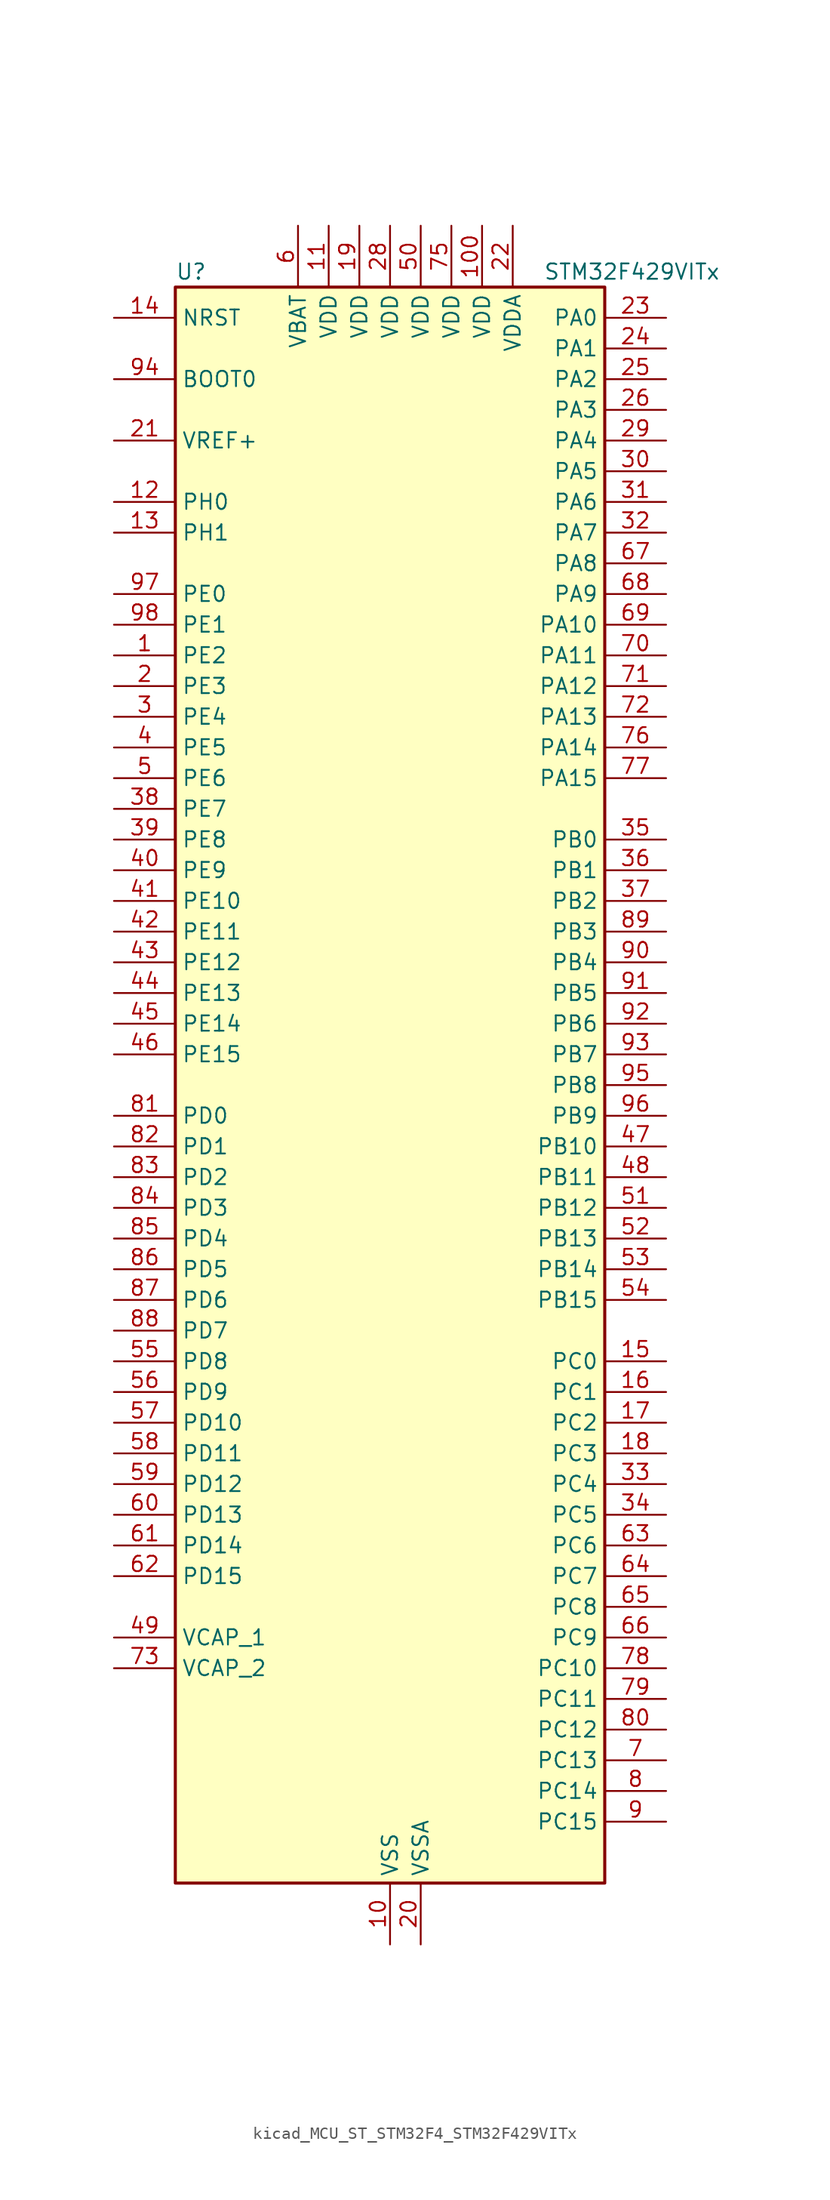
<source format=kicad_sym>
(kicad_symbol_lib
  (version 20220914)
  (generator kicad_symbol_editor)
  (symbol "kicad_MCU_ST_STM32F4_STM32F429VITx"
    (property "Reference" "U"
      (at -17.78 67.31 0)
      (effects (font (size 1.27 1.27)) (justify left)))
    (property "Value" "STM32F429VITx"
      (at 12.7 67.31 0)
      (effects (font (size 1.27 1.27)) (justify left)))
    (property "ki_locked" ""
      (at 0 0 0)
      (effects (font (size 1.27 1.27))))
    (symbol "kicad_MCU_ST_STM32F4_STM32F429VITx_0_1"
      (rectangle (start -17.78 -66.04) (end 17.78 66.04) (stroke (width 0.254) (type default)) (fill (type background))))
    (symbol "kicad_MCU_ST_STM32F4_STM32F429VITx_1_1"
      (pin bidirectional line (at -22.86 35.56 0) (length 5.08) (name "PE2" (effects (font (size 1.27 1.27)))) (number "1" (effects (font (size 1.27 1.27)))) (alternate "ETH_TXD3" bidirectional line) (alternate "FMC_A23" bidirectional line) (alternate "SAI1_MCLK_A" bidirectional line) (alternate "SPI4_SCK" bidirectional line) (alternate "SYS_TRACECLK" bidirectional line))
      (pin power_in line (at 0 -71.12 90) (length 5.08) (name "VSS" (effects (font (size 1.27 1.27)))) (number "10" (effects (font (size 1.27 1.27)))))
      (pin power_in line (at 7.62 71.12 270) (length 5.08) (name "VDD" (effects (font (size 1.27 1.27)))) (number "100" (effects (font (size 1.27 1.27)))))
      (pin power_in line (at -5.08 71.12 270) (length 5.08) (name "VDD" (effects (font (size 1.27 1.27)))) (number "11" (effects (font (size 1.27 1.27)))))
      (pin bidirectional line (at -22.86 48.26 0) (length 5.08) (name "PH0" (effects (font (size 1.27 1.27)))) (number "12" (effects (font (size 1.27 1.27)))) (alternate "RCC_OSC_IN" bidirectional line))
      (pin bidirectional line (at -22.86 45.72 0) (length 5.08) (name "PH1" (effects (font (size 1.27 1.27)))) (number "13" (effects (font (size 1.27 1.27)))) (alternate "RCC_OSC_OUT" bidirectional line))
      (pin input line (at -22.86 63.5 0) (length 5.08) (name "NRST" (effects (font (size 1.27 1.27)))) (number "14" (effects (font (size 1.27 1.27)))))
      (pin bidirectional line (at 22.86 -22.86 180) (length 5.08) (name "PC0" (effects (font (size 1.27 1.27)))) (number "15" (effects (font (size 1.27 1.27)))) (alternate "ADC1_IN10" bidirectional line) (alternate "ADC2_IN10" bidirectional line) (alternate "ADC3_IN10" bidirectional line) (alternate "USB_OTG_HS_ULPI_STP" bidirectional line))
      (pin bidirectional line (at 22.86 -25.4 180) (length 5.08) (name "PC1" (effects (font (size 1.27 1.27)))) (number "16" (effects (font (size 1.27 1.27)))) (alternate "ADC1_IN11" bidirectional line) (alternate "ADC2_IN11" bidirectional line) (alternate "ADC3_IN11" bidirectional line) (alternate "ETH_MDC" bidirectional line))
      (pin bidirectional line (at 22.86 -27.94 180) (length 5.08) (name "PC2" (effects (font (size 1.27 1.27)))) (number "17" (effects (font (size 1.27 1.27)))) (alternate "ADC1_IN12" bidirectional line) (alternate "ADC2_IN12" bidirectional line) (alternate "ADC3_IN12" bidirectional line) (alternate "ETH_TXD2" bidirectional line) (alternate "I2S2_ext_SD" bidirectional line) (alternate "SPI2_MISO" bidirectional line) (alternate "USB_OTG_HS_ULPI_DIR" bidirectional line))
      (pin bidirectional line (at 22.86 -30.48 180) (length 5.08) (name "PC3" (effects (font (size 1.27 1.27)))) (number "18" (effects (font (size 1.27 1.27)))) (alternate "ADC1_IN13" bidirectional line) (alternate "ADC2_IN13" bidirectional line) (alternate "ADC3_IN13" bidirectional line) (alternate "ETH_TX_CLK" bidirectional line) (alternate "I2S2_SD" bidirectional line) (alternate "SPI2_MOSI" bidirectional line) (alternate "USB_OTG_HS_ULPI_NXT" bidirectional line))
      (pin power_in line (at -2.54 71.12 270) (length 5.08) (name "VDD" (effects (font (size 1.27 1.27)))) (number "19" (effects (font (size 1.27 1.27)))))
      (pin bidirectional line (at -22.86 33.02 0) (length 5.08) (name "PE3" (effects (font (size 1.27 1.27)))) (number "2" (effects (font (size 1.27 1.27)))) (alternate "FMC_A19" bidirectional line) (alternate "SAI1_SD_B" bidirectional line) (alternate "SYS_TRACED0" bidirectional line))
      (pin power_in line (at 2.54 -71.12 90) (length 5.08) (name "VSSA" (effects (font (size 1.27 1.27)))) (number "20" (effects (font (size 1.27 1.27)))))
      (pin input line (at -22.86 53.34 0) (length 5.08) (name "VREF+" (effects (font (size 1.27 1.27)))) (number "21" (effects (font (size 1.27 1.27)))))
      (pin power_in line (at 10.16 71.12 270) (length 5.08) (name "VDDA" (effects (font (size 1.27 1.27)))) (number "22" (effects (font (size 1.27 1.27)))))
      (pin bidirectional line (at 22.86 63.5 180) (length 5.08) (name "PA0" (effects (font (size 1.27 1.27)))) (number "23" (effects (font (size 1.27 1.27)))) (alternate "ADC1_IN0" bidirectional line) (alternate "ADC2_IN0" bidirectional line) (alternate "ADC3_IN0" bidirectional line) (alternate "ETH_CRS" bidirectional line) (alternate "SYS_WKUP" bidirectional line) (alternate "TIM2_CH1" bidirectional line) (alternate "TIM2_ETR" bidirectional line) (alternate "TIM5_CH1" bidirectional line) (alternate "TIM8_ETR" bidirectional line) (alternate "UART4_TX" bidirectional line) (alternate "USART2_CTS" bidirectional line))
      (pin bidirectional line (at 22.86 60.96 180) (length 5.08) (name "PA1" (effects (font (size 1.27 1.27)))) (number "24" (effects (font (size 1.27 1.27)))) (alternate "ADC1_IN1" bidirectional line) (alternate "ADC2_IN1" bidirectional line) (alternate "ADC3_IN1" bidirectional line) (alternate "ETH_REF_CLK" bidirectional line) (alternate "ETH_RX_CLK" bidirectional line) (alternate "TIM2_CH2" bidirectional line) (alternate "TIM5_CH2" bidirectional line) (alternate "UART4_RX" bidirectional line) (alternate "USART2_RTS" bidirectional line))
      (pin bidirectional line (at 22.86 58.42 180) (length 5.08) (name "PA2" (effects (font (size 1.27 1.27)))) (number "25" (effects (font (size 1.27 1.27)))) (alternate "ADC1_IN2" bidirectional line) (alternate "ADC2_IN2" bidirectional line) (alternate "ADC3_IN2" bidirectional line) (alternate "ETH_MDIO" bidirectional line) (alternate "TIM2_CH3" bidirectional line) (alternate "TIM5_CH3" bidirectional line) (alternate "TIM9_CH1" bidirectional line) (alternate "USART2_TX" bidirectional line))
      (pin bidirectional line (at 22.86 55.88 180) (length 5.08) (name "PA3" (effects (font (size 1.27 1.27)))) (number "26" (effects (font (size 1.27 1.27)))) (alternate "ADC1_IN3" bidirectional line) (alternate "ADC2_IN3" bidirectional line) (alternate "ADC3_IN3" bidirectional line) (alternate "ETH_COL" bidirectional line) (alternate "LTDC_B5" bidirectional line) (alternate "TIM2_CH4" bidirectional line) (alternate "TIM5_CH4" bidirectional line) (alternate "TIM9_CH2" bidirectional line) (alternate "USART2_RX" bidirectional line) (alternate "USB_OTG_HS_ULPI_D0" bidirectional line))
      (pin passive line (at 0 -71.12 90) (length 5.08) hide (name "VSS" (effects (font (size 1.27 1.27)))) (number "27" (effects (font (size 1.27 1.27)))))
      (pin power_in line (at 0 71.12 270) (length 5.08) (name "VDD" (effects (font (size 1.27 1.27)))) (number "28" (effects (font (size 1.27 1.27)))))
      (pin bidirectional line (at 22.86 53.34 180) (length 5.08) (name "PA4" (effects (font (size 1.27 1.27)))) (number "29" (effects (font (size 1.27 1.27)))) (alternate "ADC1_IN4" bidirectional line) (alternate "ADC2_IN4" bidirectional line) (alternate "DAC_OUT1" bidirectional line) (alternate "DCMI_HSYNC" bidirectional line) (alternate "I2S3_WS" bidirectional line) (alternate "LTDC_VSYNC" bidirectional line) (alternate "SPI1_NSS" bidirectional line) (alternate "SPI3_NSS" bidirectional line) (alternate "USART2_CK" bidirectional line) (alternate "USB_OTG_HS_SOF" bidirectional line))
      (pin bidirectional line (at -22.86 30.48 0) (length 5.08) (name "PE4" (effects (font (size 1.27 1.27)))) (number "3" (effects (font (size 1.27 1.27)))) (alternate "DCMI_D4" bidirectional line) (alternate "FMC_A20" bidirectional line) (alternate "LTDC_B0" bidirectional line) (alternate "SAI1_FS_A" bidirectional line) (alternate "SPI4_NSS" bidirectional line) (alternate "SYS_TRACED1" bidirectional line))
      (pin bidirectional line (at 22.86 50.8 180) (length 5.08) (name "PA5" (effects (font (size 1.27 1.27)))) (number "30" (effects (font (size 1.27 1.27)))) (alternate "ADC1_IN5" bidirectional line) (alternate "ADC2_IN5" bidirectional line) (alternate "DAC_OUT2" bidirectional line) (alternate "SPI1_SCK" bidirectional line) (alternate "TIM2_CH1" bidirectional line) (alternate "TIM2_ETR" bidirectional line) (alternate "TIM8_CH1N" bidirectional line) (alternate "USB_OTG_HS_ULPI_CK" bidirectional line))
      (pin bidirectional line (at 22.86 48.26 180) (length 5.08) (name "PA6" (effects (font (size 1.27 1.27)))) (number "31" (effects (font (size 1.27 1.27)))) (alternate "ADC1_IN6" bidirectional line) (alternate "ADC2_IN6" bidirectional line) (alternate "DCMI_PIXCLK" bidirectional line) (alternate "LTDC_G2" bidirectional line) (alternate "SPI1_MISO" bidirectional line) (alternate "TIM13_CH1" bidirectional line) (alternate "TIM1_BKIN" bidirectional line) (alternate "TIM3_CH1" bidirectional line) (alternate "TIM8_BKIN" bidirectional line))
      (pin bidirectional line (at 22.86 45.72 180) (length 5.08) (name "PA7" (effects (font (size 1.27 1.27)))) (number "32" (effects (font (size 1.27 1.27)))) (alternate "ADC1_IN7" bidirectional line) (alternate "ADC2_IN7" bidirectional line) (alternate "ETH_CRS_DV" bidirectional line) (alternate "ETH_RX_DV" bidirectional line) (alternate "SPI1_MOSI" bidirectional line) (alternate "TIM14_CH1" bidirectional line) (alternate "TIM1_CH1N" bidirectional line) (alternate "TIM3_CH2" bidirectional line) (alternate "TIM8_CH1N" bidirectional line))
      (pin bidirectional line (at 22.86 -33.02 180) (length 5.08) (name "PC4" (effects (font (size 1.27 1.27)))) (number "33" (effects (font (size 1.27 1.27)))) (alternate "ADC1_IN14" bidirectional line) (alternate "ADC2_IN14" bidirectional line) (alternate "ETH_RXD0" bidirectional line))
      (pin bidirectional line (at 22.86 -35.56 180) (length 5.08) (name "PC5" (effects (font (size 1.27 1.27)))) (number "34" (effects (font (size 1.27 1.27)))) (alternate "ADC1_IN15" bidirectional line) (alternate "ADC2_IN15" bidirectional line) (alternate "ETH_RXD1" bidirectional line))
      (pin bidirectional line (at 22.86 20.32 180) (length 5.08) (name "PB0" (effects (font (size 1.27 1.27)))) (number "35" (effects (font (size 1.27 1.27)))) (alternate "ADC1_IN8" bidirectional line) (alternate "ADC2_IN8" bidirectional line) (alternate "ETH_RXD2" bidirectional line) (alternate "LTDC_R3" bidirectional line) (alternate "TIM1_CH2N" bidirectional line) (alternate "TIM3_CH3" bidirectional line) (alternate "TIM8_CH2N" bidirectional line) (alternate "USB_OTG_HS_ULPI_D1" bidirectional line))
      (pin bidirectional line (at 22.86 17.78 180) (length 5.08) (name "PB1" (effects (font (size 1.27 1.27)))) (number "36" (effects (font (size 1.27 1.27)))) (alternate "ADC1_IN9" bidirectional line) (alternate "ADC2_IN9" bidirectional line) (alternate "ETH_RXD3" bidirectional line) (alternate "LTDC_R6" bidirectional line) (alternate "TIM1_CH3N" bidirectional line) (alternate "TIM3_CH4" bidirectional line) (alternate "TIM8_CH3N" bidirectional line) (alternate "USB_OTG_HS_ULPI_D2" bidirectional line))
      (pin bidirectional line (at 22.86 15.24 180) (length 5.08) (name "PB2" (effects (font (size 1.27 1.27)))) (number "37" (effects (font (size 1.27 1.27)))))
      (pin bidirectional line (at -22.86 22.86 0) (length 5.08) (name "PE7" (effects (font (size 1.27 1.27)))) (number "38" (effects (font (size 1.27 1.27)))) (alternate "FMC_D4" bidirectional line) (alternate "FMC_DA4" bidirectional line) (alternate "TIM1_ETR" bidirectional line) (alternate "UART7_RX" bidirectional line))
      (pin bidirectional line (at -22.86 20.32 0) (length 5.08) (name "PE8" (effects (font (size 1.27 1.27)))) (number "39" (effects (font (size 1.27 1.27)))) (alternate "FMC_D5" bidirectional line) (alternate "FMC_DA5" bidirectional line) (alternate "TIM1_CH1N" bidirectional line) (alternate "UART7_TX" bidirectional line))
      (pin bidirectional line (at -22.86 27.94 0) (length 5.08) (name "PE5" (effects (font (size 1.27 1.27)))) (number "4" (effects (font (size 1.27 1.27)))) (alternate "DCMI_D6" bidirectional line) (alternate "FMC_A21" bidirectional line) (alternate "LTDC_G0" bidirectional line) (alternate "SAI1_SCK_A" bidirectional line) (alternate "SPI4_MISO" bidirectional line) (alternate "SYS_TRACED2" bidirectional line) (alternate "TIM9_CH1" bidirectional line))
      (pin bidirectional line (at -22.86 17.78 0) (length 5.08) (name "PE9" (effects (font (size 1.27 1.27)))) (number "40" (effects (font (size 1.27 1.27)))) (alternate "DAC_EXTI9" bidirectional line) (alternate "FMC_D6" bidirectional line) (alternate "FMC_DA6" bidirectional line) (alternate "TIM1_CH1" bidirectional line))
      (pin bidirectional line (at -22.86 15.24 0) (length 5.08) (name "PE10" (effects (font (size 1.27 1.27)))) (number "41" (effects (font (size 1.27 1.27)))) (alternate "FMC_D7" bidirectional line) (alternate "FMC_DA7" bidirectional line) (alternate "TIM1_CH2N" bidirectional line))
      (pin bidirectional line (at -22.86 12.7 0) (length 5.08) (name "PE11" (effects (font (size 1.27 1.27)))) (number "42" (effects (font (size 1.27 1.27)))) (alternate "ADC1_EXTI11" bidirectional line) (alternate "ADC2_EXTI11" bidirectional line) (alternate "ADC3_EXTI11" bidirectional line) (alternate "FMC_D8" bidirectional line) (alternate "FMC_DA8" bidirectional line) (alternate "LTDC_G3" bidirectional line) (alternate "SPI4_NSS" bidirectional line) (alternate "TIM1_CH2" bidirectional line))
      (pin bidirectional line (at -22.86 10.16 0) (length 5.08) (name "PE12" (effects (font (size 1.27 1.27)))) (number "43" (effects (font (size 1.27 1.27)))) (alternate "FMC_D9" bidirectional line) (alternate "FMC_DA9" bidirectional line) (alternate "LTDC_B4" bidirectional line) (alternate "SPI4_SCK" bidirectional line) (alternate "TIM1_CH3N" bidirectional line))
      (pin bidirectional line (at -22.86 7.62 0) (length 5.08) (name "PE13" (effects (font (size 1.27 1.27)))) (number "44" (effects (font (size 1.27 1.27)))) (alternate "FMC_D10" bidirectional line) (alternate "FMC_DA10" bidirectional line) (alternate "LTDC_DE" bidirectional line) (alternate "SPI4_MISO" bidirectional line) (alternate "TIM1_CH3" bidirectional line))
      (pin bidirectional line (at -22.86 5.08 0) (length 5.08) (name "PE14" (effects (font (size 1.27 1.27)))) (number "45" (effects (font (size 1.27 1.27)))) (alternate "FMC_D11" bidirectional line) (alternate "FMC_DA11" bidirectional line) (alternate "LTDC_CLK" bidirectional line) (alternate "SPI4_MOSI" bidirectional line) (alternate "TIM1_CH4" bidirectional line))
      (pin bidirectional line (at -22.86 2.54 0) (length 5.08) (name "PE15" (effects (font (size 1.27 1.27)))) (number "46" (effects (font (size 1.27 1.27)))) (alternate "ADC1_EXTI15" bidirectional line) (alternate "ADC2_EXTI15" bidirectional line) (alternate "ADC3_EXTI15" bidirectional line) (alternate "FMC_D12" bidirectional line) (alternate "FMC_DA12" bidirectional line) (alternate "LTDC_R7" bidirectional line) (alternate "TIM1_BKIN" bidirectional line))
      (pin bidirectional line (at 22.86 -5.08 180) (length 5.08) (name "PB10" (effects (font (size 1.27 1.27)))) (number "47" (effects (font (size 1.27 1.27)))) (alternate "ETH_RX_ER" bidirectional line) (alternate "I2C2_SCL" bidirectional line) (alternate "I2S2_CK" bidirectional line) (alternate "LTDC_G4" bidirectional line) (alternate "SPI2_SCK" bidirectional line) (alternate "TIM2_CH3" bidirectional line) (alternate "USART3_TX" bidirectional line) (alternate "USB_OTG_HS_ULPI_D3" bidirectional line))
      (pin bidirectional line (at 22.86 -7.62 180) (length 5.08) (name "PB11" (effects (font (size 1.27 1.27)))) (number "48" (effects (font (size 1.27 1.27)))) (alternate "ADC1_EXTI11" bidirectional line) (alternate "ADC2_EXTI11" bidirectional line) (alternate "ADC3_EXTI11" bidirectional line) (alternate "ETH_TX_EN" bidirectional line) (alternate "I2C2_SDA" bidirectional line) (alternate "LTDC_G5" bidirectional line) (alternate "TIM2_CH4" bidirectional line) (alternate "USART3_RX" bidirectional line) (alternate "USB_OTG_HS_ULPI_D4" bidirectional line))
      (pin power_out line (at -22.86 -45.72 0) (length 5.08) (name "VCAP_1" (effects (font (size 1.27 1.27)))) (number "49" (effects (font (size 1.27 1.27)))))
      (pin bidirectional line (at -22.86 25.4 0) (length 5.08) (name "PE6" (effects (font (size 1.27 1.27)))) (number "5" (effects (font (size 1.27 1.27)))) (alternate "DCMI_D7" bidirectional line) (alternate "FMC_A22" bidirectional line) (alternate "LTDC_G1" bidirectional line) (alternate "SAI1_SD_A" bidirectional line) (alternate "SPI4_MOSI" bidirectional line) (alternate "SYS_TRACED3" bidirectional line) (alternate "TIM9_CH2" bidirectional line))
      (pin power_in line (at 2.54 71.12 270) (length 5.08) (name "VDD" (effects (font (size 1.27 1.27)))) (number "50" (effects (font (size 1.27 1.27)))))
      (pin bidirectional line (at 22.86 -10.16 180) (length 5.08) (name "PB12" (effects (font (size 1.27 1.27)))) (number "51" (effects (font (size 1.27 1.27)))) (alternate "CAN2_RX" bidirectional line) (alternate "ETH_TXD0" bidirectional line) (alternate "I2C2_SMBA" bidirectional line) (alternate "I2S2_WS" bidirectional line) (alternate "SPI2_NSS" bidirectional line) (alternate "TIM1_BKIN" bidirectional line) (alternate "USART3_CK" bidirectional line) (alternate "USB_OTG_HS_ID" bidirectional line) (alternate "USB_OTG_HS_ULPI_D5" bidirectional line))
      (pin bidirectional line (at 22.86 -12.7 180) (length 5.08) (name "PB13" (effects (font (size 1.27 1.27)))) (number "52" (effects (font (size 1.27 1.27)))) (alternate "CAN2_TX" bidirectional line) (alternate "ETH_TXD1" bidirectional line) (alternate "I2S2_CK" bidirectional line) (alternate "SPI2_SCK" bidirectional line) (alternate "TIM1_CH1N" bidirectional line) (alternate "USART3_CTS" bidirectional line) (alternate "USB_OTG_HS_ULPI_D6" bidirectional line) (alternate "USB_OTG_HS_VBUS" bidirectional line))
      (pin bidirectional line (at 22.86 -15.24 180) (length 5.08) (name "PB14" (effects (font (size 1.27 1.27)))) (number "53" (effects (font (size 1.27 1.27)))) (alternate "I2S2_ext_SD" bidirectional line) (alternate "SPI2_MISO" bidirectional line) (alternate "TIM12_CH1" bidirectional line) (alternate "TIM1_CH2N" bidirectional line) (alternate "TIM8_CH2N" bidirectional line) (alternate "USART3_RTS" bidirectional line) (alternate "USB_OTG_HS_DM" bidirectional line))
      (pin bidirectional line (at 22.86 -17.78 180) (length 5.08) (name "PB15" (effects (font (size 1.27 1.27)))) (number "54" (effects (font (size 1.27 1.27)))) (alternate "ADC1_EXTI15" bidirectional line) (alternate "ADC2_EXTI15" bidirectional line) (alternate "ADC3_EXTI15" bidirectional line) (alternate "I2S2_SD" bidirectional line) (alternate "RTC_REFIN" bidirectional line) (alternate "SPI2_MOSI" bidirectional line) (alternate "TIM12_CH2" bidirectional line) (alternate "TIM1_CH3N" bidirectional line) (alternate "TIM8_CH3N" bidirectional line) (alternate "USB_OTG_HS_DP" bidirectional line))
      (pin bidirectional line (at -22.86 -22.86 0) (length 5.08) (name "PD8" (effects (font (size 1.27 1.27)))) (number "55" (effects (font (size 1.27 1.27)))) (alternate "FMC_D13" bidirectional line) (alternate "FMC_DA13" bidirectional line) (alternate "USART3_TX" bidirectional line))
      (pin bidirectional line (at -22.86 -25.4 0) (length 5.08) (name "PD9" (effects (font (size 1.27 1.27)))) (number "56" (effects (font (size 1.27 1.27)))) (alternate "DAC_EXTI9" bidirectional line) (alternate "FMC_D14" bidirectional line) (alternate "FMC_DA14" bidirectional line) (alternate "USART3_RX" bidirectional line))
      (pin bidirectional line (at -22.86 -27.94 0) (length 5.08) (name "PD10" (effects (font (size 1.27 1.27)))) (number "57" (effects (font (size 1.27 1.27)))) (alternate "FMC_D15" bidirectional line) (alternate "FMC_DA15" bidirectional line) (alternate "LTDC_B3" bidirectional line) (alternate "USART3_CK" bidirectional line))
      (pin bidirectional line (at -22.86 -30.48 0) (length 5.08) (name "PD11" (effects (font (size 1.27 1.27)))) (number "58" (effects (font (size 1.27 1.27)))) (alternate "ADC1_EXTI11" bidirectional line) (alternate "ADC2_EXTI11" bidirectional line) (alternate "ADC3_EXTI11" bidirectional line) (alternate "FMC_A16" bidirectional line) (alternate "FMC_CLE" bidirectional line) (alternate "USART3_CTS" bidirectional line))
      (pin bidirectional line (at -22.86 -33.02 0) (length 5.08) (name "PD12" (effects (font (size 1.27 1.27)))) (number "59" (effects (font (size 1.27 1.27)))) (alternate "FMC_A17" bidirectional line) (alternate "FMC_ALE" bidirectional line) (alternate "TIM4_CH1" bidirectional line) (alternate "USART3_RTS" bidirectional line))
      (pin power_in line (at -7.62 71.12 270) (length 5.08) (name "VBAT" (effects (font (size 1.27 1.27)))) (number "6" (effects (font (size 1.27 1.27)))))
      (pin bidirectional line (at -22.86 -35.56 0) (length 5.08) (name "PD13" (effects (font (size 1.27 1.27)))) (number "60" (effects (font (size 1.27 1.27)))) (alternate "FMC_A18" bidirectional line) (alternate "TIM4_CH2" bidirectional line))
      (pin bidirectional line (at -22.86 -38.1 0) (length 5.08) (name "PD14" (effects (font (size 1.27 1.27)))) (number "61" (effects (font (size 1.27 1.27)))) (alternate "FMC_D0" bidirectional line) (alternate "FMC_DA0" bidirectional line) (alternate "TIM4_CH3" bidirectional line))
      (pin bidirectional line (at -22.86 -40.64 0) (length 5.08) (name "PD15" (effects (font (size 1.27 1.27)))) (number "62" (effects (font (size 1.27 1.27)))) (alternate "ADC1_EXTI15" bidirectional line) (alternate "ADC2_EXTI15" bidirectional line) (alternate "ADC3_EXTI15" bidirectional line) (alternate "FMC_D1" bidirectional line) (alternate "FMC_DA1" bidirectional line) (alternate "TIM4_CH4" bidirectional line))
      (pin bidirectional line (at 22.86 -38.1 180) (length 5.08) (name "PC6" (effects (font (size 1.27 1.27)))) (number "63" (effects (font (size 1.27 1.27)))) (alternate "DCMI_D0" bidirectional line) (alternate "I2S2_MCK" bidirectional line) (alternate "LTDC_HSYNC" bidirectional line) (alternate "SDIO_D6" bidirectional line) (alternate "TIM3_CH1" bidirectional line) (alternate "TIM8_CH1" bidirectional line) (alternate "USART6_TX" bidirectional line))
      (pin bidirectional line (at 22.86 -40.64 180) (length 5.08) (name "PC7" (effects (font (size 1.27 1.27)))) (number "64" (effects (font (size 1.27 1.27)))) (alternate "DCMI_D1" bidirectional line) (alternate "I2S3_MCK" bidirectional line) (alternate "LTDC_G6" bidirectional line) (alternate "SDIO_D7" bidirectional line) (alternate "TIM3_CH2" bidirectional line) (alternate "TIM8_CH2" bidirectional line) (alternate "USART6_RX" bidirectional line))
      (pin bidirectional line (at 22.86 -43.18 180) (length 5.08) (name "PC8" (effects (font (size 1.27 1.27)))) (number "65" (effects (font (size 1.27 1.27)))) (alternate "DCMI_D2" bidirectional line) (alternate "SDIO_D0" bidirectional line) (alternate "TIM3_CH3" bidirectional line) (alternate "TIM8_CH3" bidirectional line) (alternate "USART6_CK" bidirectional line))
      (pin bidirectional line (at 22.86 -45.72 180) (length 5.08) (name "PC9" (effects (font (size 1.27 1.27)))) (number "66" (effects (font (size 1.27 1.27)))) (alternate "DAC_EXTI9" bidirectional line) (alternate "DCMI_D3" bidirectional line) (alternate "I2C3_SDA" bidirectional line) (alternate "I2S_CKIN" bidirectional line) (alternate "RCC_MCO_2" bidirectional line) (alternate "SDIO_D1" bidirectional line) (alternate "TIM3_CH4" bidirectional line) (alternate "TIM8_CH4" bidirectional line))
      (pin bidirectional line (at 22.86 43.18 180) (length 5.08) (name "PA8" (effects (font (size 1.27 1.27)))) (number "67" (effects (font (size 1.27 1.27)))) (alternate "I2C3_SCL" bidirectional line) (alternate "LTDC_R6" bidirectional line) (alternate "RCC_MCO_1" bidirectional line) (alternate "TIM1_CH1" bidirectional line) (alternate "USART1_CK" bidirectional line) (alternate "USB_OTG_FS_SOF" bidirectional line))
      (pin bidirectional line (at 22.86 40.64 180) (length 5.08) (name "PA9" (effects (font (size 1.27 1.27)))) (number "68" (effects (font (size 1.27 1.27)))) (alternate "DAC_EXTI9" bidirectional line) (alternate "DCMI_D0" bidirectional line) (alternate "I2C3_SMBA" bidirectional line) (alternate "TIM1_CH2" bidirectional line) (alternate "USART1_TX" bidirectional line) (alternate "USB_OTG_FS_VBUS" bidirectional line))
      (pin bidirectional line (at 22.86 38.1 180) (length 5.08) (name "PA10" (effects (font (size 1.27 1.27)))) (number "69" (effects (font (size 1.27 1.27)))) (alternate "DCMI_D1" bidirectional line) (alternate "TIM1_CH3" bidirectional line) (alternate "USART1_RX" bidirectional line) (alternate "USB_OTG_FS_ID" bidirectional line))
      (pin bidirectional line (at 22.86 -55.88 180) (length 5.08) (name "PC13" (effects (font (size 1.27 1.27)))) (number "7" (effects (font (size 1.27 1.27)))) (alternate "RTC_AF1" bidirectional line))
      (pin bidirectional line (at 22.86 35.56 180) (length 5.08) (name "PA11" (effects (font (size 1.27 1.27)))) (number "70" (effects (font (size 1.27 1.27)))) (alternate "ADC1_EXTI11" bidirectional line) (alternate "ADC2_EXTI11" bidirectional line) (alternate "ADC3_EXTI11" bidirectional line) (alternate "CAN1_RX" bidirectional line) (alternate "LTDC_R4" bidirectional line) (alternate "TIM1_CH4" bidirectional line) (alternate "USART1_CTS" bidirectional line) (alternate "USB_OTG_FS_DM" bidirectional line))
      (pin bidirectional line (at 22.86 33.02 180) (length 5.08) (name "PA12" (effects (font (size 1.27 1.27)))) (number "71" (effects (font (size 1.27 1.27)))) (alternate "CAN1_TX" bidirectional line) (alternate "LTDC_R5" bidirectional line) (alternate "TIM1_ETR" bidirectional line) (alternate "USART1_RTS" bidirectional line) (alternate "USB_OTG_FS_DP" bidirectional line))
      (pin bidirectional line (at 22.86 30.48 180) (length 5.08) (name "PA13" (effects (font (size 1.27 1.27)))) (number "72" (effects (font (size 1.27 1.27)))) (alternate "SYS_JTMS-SWDIO" bidirectional line))
      (pin power_out line (at -22.86 -48.26 0) (length 5.08) (name "VCAP_2" (effects (font (size 1.27 1.27)))) (number "73" (effects (font (size 1.27 1.27)))))
      (pin passive line (at 0 -71.12 90) (length 5.08) hide (name "VSS" (effects (font (size 1.27 1.27)))) (number "74" (effects (font (size 1.27 1.27)))))
      (pin power_in line (at 5.08 71.12 270) (length 5.08) (name "VDD" (effects (font (size 1.27 1.27)))) (number "75" (effects (font (size 1.27 1.27)))))
      (pin bidirectional line (at 22.86 27.94 180) (length 5.08) (name "PA14" (effects (font (size 1.27 1.27)))) (number "76" (effects (font (size 1.27 1.27)))) (alternate "SYS_JTCK-SWCLK" bidirectional line))
      (pin bidirectional line (at 22.86 25.4 180) (length 5.08) (name "PA15" (effects (font (size 1.27 1.27)))) (number "77" (effects (font (size 1.27 1.27)))) (alternate "ADC1_EXTI15" bidirectional line) (alternate "ADC2_EXTI15" bidirectional line) (alternate "ADC3_EXTI15" bidirectional line) (alternate "I2S3_WS" bidirectional line) (alternate "SPI1_NSS" bidirectional line) (alternate "SPI3_NSS" bidirectional line) (alternate "SYS_JTDI" bidirectional line) (alternate "TIM2_CH1" bidirectional line) (alternate "TIM2_ETR" bidirectional line))
      (pin bidirectional line (at 22.86 -48.26 180) (length 5.08) (name "PC10" (effects (font (size 1.27 1.27)))) (number "78" (effects (font (size 1.27 1.27)))) (alternate "DCMI_D8" bidirectional line) (alternate "I2S3_CK" bidirectional line) (alternate "LTDC_R2" bidirectional line) (alternate "SDIO_D2" bidirectional line) (alternate "SPI3_SCK" bidirectional line) (alternate "UART4_TX" bidirectional line) (alternate "USART3_TX" bidirectional line))
      (pin bidirectional line (at 22.86 -50.8 180) (length 5.08) (name "PC11" (effects (font (size 1.27 1.27)))) (number "79" (effects (font (size 1.27 1.27)))) (alternate "ADC1_EXTI11" bidirectional line) (alternate "ADC2_EXTI11" bidirectional line) (alternate "ADC3_EXTI11" bidirectional line) (alternate "DCMI_D4" bidirectional line) (alternate "I2S3_ext_SD" bidirectional line) (alternate "SDIO_D3" bidirectional line) (alternate "SPI3_MISO" bidirectional line) (alternate "UART4_RX" bidirectional line) (alternate "USART3_RX" bidirectional line))
      (pin bidirectional line (at 22.86 -58.42 180) (length 5.08) (name "PC14" (effects (font (size 1.27 1.27)))) (number "8" (effects (font (size 1.27 1.27)))) (alternate "RCC_OSC32_IN" bidirectional line))
      (pin bidirectional line (at 22.86 -53.34 180) (length 5.08) (name "PC12" (effects (font (size 1.27 1.27)))) (number "80" (effects (font (size 1.27 1.27)))) (alternate "DCMI_D9" bidirectional line) (alternate "I2S3_SD" bidirectional line) (alternate "SDIO_CK" bidirectional line) (alternate "SPI3_MOSI" bidirectional line) (alternate "UART5_TX" bidirectional line) (alternate "USART3_CK" bidirectional line))
      (pin bidirectional line (at -22.86 -2.54 0) (length 5.08) (name "PD0" (effects (font (size 1.27 1.27)))) (number "81" (effects (font (size 1.27 1.27)))) (alternate "CAN1_RX" bidirectional line) (alternate "FMC_D2" bidirectional line) (alternate "FMC_DA2" bidirectional line))
      (pin bidirectional line (at -22.86 -5.08 0) (length 5.08) (name "PD1" (effects (font (size 1.27 1.27)))) (number "82" (effects (font (size 1.27 1.27)))) (alternate "CAN1_TX" bidirectional line) (alternate "FMC_D3" bidirectional line) (alternate "FMC_DA3" bidirectional line))
      (pin bidirectional line (at -22.86 -7.62 0) (length 5.08) (name "PD2" (effects (font (size 1.27 1.27)))) (number "83" (effects (font (size 1.27 1.27)))) (alternate "DCMI_D11" bidirectional line) (alternate "SDIO_CMD" bidirectional line) (alternate "TIM3_ETR" bidirectional line) (alternate "UART5_RX" bidirectional line))
      (pin bidirectional line (at -22.86 -10.16 0) (length 5.08) (name "PD3" (effects (font (size 1.27 1.27)))) (number "84" (effects (font (size 1.27 1.27)))) (alternate "DCMI_D5" bidirectional line) (alternate "FMC_CLK" bidirectional line) (alternate "I2S2_CK" bidirectional line) (alternate "LTDC_G7" bidirectional line) (alternate "SPI2_SCK" bidirectional line) (alternate "USART2_CTS" bidirectional line))
      (pin bidirectional line (at -22.86 -12.7 0) (length 5.08) (name "PD4" (effects (font (size 1.27 1.27)))) (number "85" (effects (font (size 1.27 1.27)))) (alternate "FMC_NOE" bidirectional line) (alternate "USART2_RTS" bidirectional line))
      (pin bidirectional line (at -22.86 -15.24 0) (length 5.08) (name "PD5" (effects (font (size 1.27 1.27)))) (number "86" (effects (font (size 1.27 1.27)))) (alternate "FMC_NWE" bidirectional line) (alternate "USART2_TX" bidirectional line))
      (pin bidirectional line (at -22.86 -17.78 0) (length 5.08) (name "PD6" (effects (font (size 1.27 1.27)))) (number "87" (effects (font (size 1.27 1.27)))) (alternate "DCMI_D10" bidirectional line) (alternate "FMC_NWAIT" bidirectional line) (alternate "I2S3_SD" bidirectional line) (alternate "LTDC_B2" bidirectional line) (alternate "SAI1_SD_A" bidirectional line) (alternate "SPI3_MOSI" bidirectional line) (alternate "USART2_RX" bidirectional line))
      (pin bidirectional line (at -22.86 -20.32 0) (length 5.08) (name "PD7" (effects (font (size 1.27 1.27)))) (number "88" (effects (font (size 1.27 1.27)))) (alternate "FMC_NCE2" bidirectional line) (alternate "FMC_NE1" bidirectional line) (alternate "USART2_CK" bidirectional line))
      (pin bidirectional line (at 22.86 12.7 180) (length 5.08) (name "PB3" (effects (font (size 1.27 1.27)))) (number "89" (effects (font (size 1.27 1.27)))) (alternate "I2S3_CK" bidirectional line) (alternate "SPI1_SCK" bidirectional line) (alternate "SPI3_SCK" bidirectional line) (alternate "SYS_JTDO-SWO" bidirectional line) (alternate "TIM2_CH2" bidirectional line))
      (pin bidirectional line (at 22.86 -60.96 180) (length 5.08) (name "PC15" (effects (font (size 1.27 1.27)))) (number "9" (effects (font (size 1.27 1.27)))) (alternate "ADC1_EXTI15" bidirectional line) (alternate "ADC2_EXTI15" bidirectional line) (alternate "ADC3_EXTI15" bidirectional line) (alternate "RCC_OSC32_OUT" bidirectional line))
      (pin bidirectional line (at 22.86 10.16 180) (length 5.08) (name "PB4" (effects (font (size 1.27 1.27)))) (number "90" (effects (font (size 1.27 1.27)))) (alternate "I2S3_ext_SD" bidirectional line) (alternate "SPI1_MISO" bidirectional line) (alternate "SPI3_MISO" bidirectional line) (alternate "SYS_JTRST" bidirectional line) (alternate "TIM3_CH1" bidirectional line))
      (pin bidirectional line (at 22.86 7.62 180) (length 5.08) (name "PB5" (effects (font (size 1.27 1.27)))) (number "91" (effects (font (size 1.27 1.27)))) (alternate "CAN2_RX" bidirectional line) (alternate "DCMI_D10" bidirectional line) (alternate "ETH_PPS_OUT" bidirectional line) (alternate "I2C1_SMBA" bidirectional line) (alternate "I2S3_SD" bidirectional line) (alternate "SPI1_MOSI" bidirectional line) (alternate "SPI3_MOSI" bidirectional line) (alternate "TIM3_CH2" bidirectional line) (alternate "USB_OTG_HS_ULPI_D7" bidirectional line))
      (pin bidirectional line (at 22.86 5.08 180) (length 5.08) (name "PB6" (effects (font (size 1.27 1.27)))) (number "92" (effects (font (size 1.27 1.27)))) (alternate "CAN2_TX" bidirectional line) (alternate "DCMI_D5" bidirectional line) (alternate "I2C1_SCL" bidirectional line) (alternate "TIM4_CH1" bidirectional line) (alternate "USART1_TX" bidirectional line))
      (pin bidirectional line (at 22.86 2.54 180) (length 5.08) (name "PB7" (effects (font (size 1.27 1.27)))) (number "93" (effects (font (size 1.27 1.27)))) (alternate "DCMI_VSYNC" bidirectional line) (alternate "FMC_NL" bidirectional line) (alternate "I2C1_SDA" bidirectional line) (alternate "TIM4_CH2" bidirectional line) (alternate "USART1_RX" bidirectional line))
      (pin input line (at -22.86 58.42 0) (length 5.08) (name "BOOT0" (effects (font (size 1.27 1.27)))) (number "94" (effects (font (size 1.27 1.27)))))
      (pin bidirectional line (at 22.86 0 180) (length 5.08) (name "PB8" (effects (font (size 1.27 1.27)))) (number "95" (effects (font (size 1.27 1.27)))) (alternate "CAN1_RX" bidirectional line) (alternate "DCMI_D6" bidirectional line) (alternate "ETH_TXD3" bidirectional line) (alternate "I2C1_SCL" bidirectional line) (alternate "LTDC_B6" bidirectional line) (alternate "SDIO_D4" bidirectional line) (alternate "TIM10_CH1" bidirectional line) (alternate "TIM4_CH3" bidirectional line))
      (pin bidirectional line (at 22.86 -2.54 180) (length 5.08) (name "PB9" (effects (font (size 1.27 1.27)))) (number "96" (effects (font (size 1.27 1.27)))) (alternate "CAN1_TX" bidirectional line) (alternate "DAC_EXTI9" bidirectional line) (alternate "DCMI_D7" bidirectional line) (alternate "I2C1_SDA" bidirectional line) (alternate "I2S2_WS" bidirectional line) (alternate "LTDC_B7" bidirectional line) (alternate "SDIO_D5" bidirectional line) (alternate "SPI2_NSS" bidirectional line) (alternate "TIM11_CH1" bidirectional line) (alternate "TIM4_CH4" bidirectional line))
      (pin bidirectional line (at -22.86 40.64 0) (length 5.08) (name "PE0" (effects (font (size 1.27 1.27)))) (number "97" (effects (font (size 1.27 1.27)))) (alternate "DCMI_D2" bidirectional line) (alternate "FMC_NBL0" bidirectional line) (alternate "TIM4_ETR" bidirectional line) (alternate "UART8_RX" bidirectional line))
      (pin bidirectional line (at -22.86 38.1 0) (length 5.08) (name "PE1" (effects (font (size 1.27 1.27)))) (number "98" (effects (font (size 1.27 1.27)))) (alternate "DCMI_D3" bidirectional line) (alternate "FMC_NBL1" bidirectional line) (alternate "UART8_TX" bidirectional line))
      (pin passive line (at 0 -71.12 90) (length 5.08) hide (name "VSS" (effects (font (size 1.27 1.27)))) (number "99" (effects (font (size 1.27 1.27))))))))
</source>
